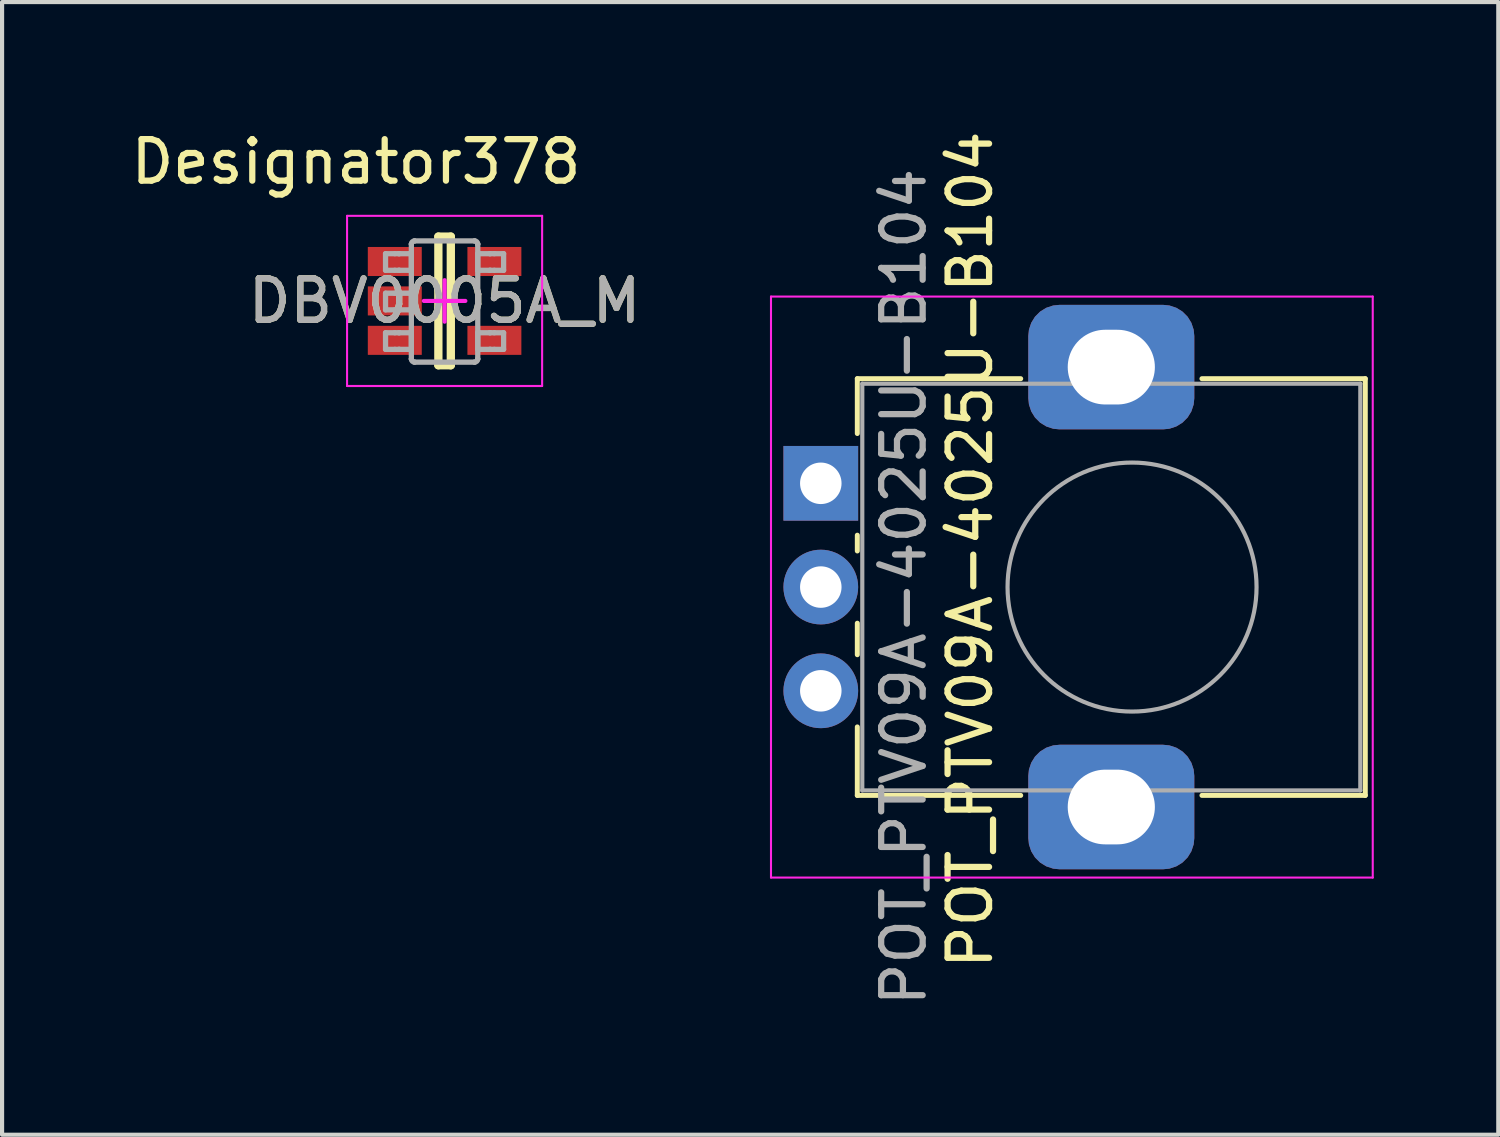
<source format=kicad_pcb>
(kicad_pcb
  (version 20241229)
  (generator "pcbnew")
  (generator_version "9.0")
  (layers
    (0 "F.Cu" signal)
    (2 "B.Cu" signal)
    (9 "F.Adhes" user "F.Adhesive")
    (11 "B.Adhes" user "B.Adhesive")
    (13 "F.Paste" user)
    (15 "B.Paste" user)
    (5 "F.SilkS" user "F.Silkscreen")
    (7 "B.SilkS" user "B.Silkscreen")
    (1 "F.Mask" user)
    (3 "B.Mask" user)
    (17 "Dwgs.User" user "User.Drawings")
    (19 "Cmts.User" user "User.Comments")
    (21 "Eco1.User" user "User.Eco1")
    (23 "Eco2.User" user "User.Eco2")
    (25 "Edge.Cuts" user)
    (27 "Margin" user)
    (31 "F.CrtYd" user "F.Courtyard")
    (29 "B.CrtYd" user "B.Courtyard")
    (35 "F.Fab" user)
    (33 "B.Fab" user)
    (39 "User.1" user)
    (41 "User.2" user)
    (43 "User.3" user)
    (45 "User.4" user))
  (footprint "DBV0005A_M"
    (layer "F.Cu")
    (at 7.663 4.201)
    (property "Reference" "DBV0005A_M" (at 0 0 0) (unlocked yes) (layer "F.SilkS") (effects (font (size 1 1) (thickness 0.15))))
    (attr smd)
    (fp_line (start -0.15 -1.55) (end 0.15 -1.55) (stroke (width 0.2) (type solid)) (layer "F.SilkS"))
    (fp_line (start -0.15 1.55) (end -0.15 -1.55) (stroke (width 0.2) (type solid)) (layer "F.SilkS"))
    (fp_line (start -0.15 1.55) (end 0.15 1.55) (stroke (width 0.2) (type solid)) (layer "F.SilkS"))
    (fp_line (start 0.15 1.55) (end 0.15 -1.55) (stroke (width 0.2) (type solid)) (layer "F.SilkS"))
    (fp_line (start -2.35 -2.05) (end 2.35 -2.05) (stroke (width 0.05) (type solid)) (layer "F.CrtYd"))
    (fp_line (start -2.35 2.05) (end -2.35 -2.05) (stroke (width 0.05) (type solid)) (layer "F.CrtYd"))
    (fp_line (start -2.35 2.05) (end 2.35 2.05) (stroke (width 0.05) (type solid)) (layer "F.CrtYd"))
    (fp_line (start -0.5 0) (end 0.5 0) (stroke (width 0.1) (type solid)) (layer "F.CrtYd"))
    (fp_line (start 0 0.5) (end 0 -0.5) (stroke (width 0.1) (type solid)) (layer "F.CrtYd"))
    (fp_line (start 2.35 2.05) (end 2.35 -2.05) (stroke (width 0.05) (type solid)) (layer "F.CrtYd"))
    (fp_line (start -1.423 -1.138) (end -1.199 -1.138) (stroke (width 0.127) (type solid)) (layer "F.Fab"))
    (fp_line (start -1.423 -0.738) (end -1.423 -1.138) (stroke (width 0.127) (type solid)) (layer "F.Fab"))
    (fp_line (start -1.423 -0.738) (end -1.199 -0.738) (stroke (width 0.127) (type solid)) (layer "F.Fab"))
    (fp_line (start -1.423 -0.186) (end -1.199 -0.186) (stroke (width 0.127) (type solid)) (layer "F.Fab"))
    (fp_line (start -1.423 0.215) (end -1.423 -0.186) (stroke (width 0.127) (type solid)) (layer "F.Fab"))
    (fp_line (start -1.423 0.215) (end -1.199 0.215) (stroke (width 0.127) (type solid)) (layer "F.Fab"))
    (fp_line (start -1.423 0.767) (end -1.199 0.767) (stroke (width 0.127) (type solid)) (layer "F.Fab"))
    (fp_line (start -1.423 1.167) (end -1.423 0.767) (stroke (width 0.127) (type solid)) (layer "F.Fab"))
    (fp_line (start -1.423 1.167) (end -1.199 1.167) (stroke (width 0.127) (type solid)) (layer "F.Fab"))
    (fp_line (start -1.199 -1.138) (end -1.105 -1.138) (stroke (width 0.127) (type solid)) (layer "F.Fab"))
    (fp_line (start -1.199 -0.738) (end -1.105 -0.738) (stroke (width 0.127) (type solid)) (layer "F.Fab"))
    (fp_line (start -1.199 -0.186) (end -1.105 -0.186) (stroke (width 0.127) (type solid)) (layer "F.Fab"))
    (fp_line (start -1.199 0.215) (end -1.105 0.215) (stroke (width 0.127) (type solid)) (layer "F.Fab"))
    (fp_line (start -1.199 0.767) (end -1.105 0.767) (stroke (width 0.127) (type solid)) (layer "F.Fab"))
    (fp_line (start -1.199 1.167) (end -1.105 1.167) (stroke (width 0.127) (type solid)) (layer "F.Fab"))
    (fp_line (start -1.105 -1.138) (end -1.088 -1.138) (stroke (width 0.127) (type solid)) (layer "F.Fab"))
    (fp_line (start -1.105 -0.738) (end -1.088 -0.738) (stroke (width 0.127) (type solid)) (layer "F.Fab"))
    (fp_line (start -1.105 -0.186) (end -1.088 -0.186) (stroke (width 0.127) (type solid)) (layer "F.Fab"))
    (fp_line (start -1.105 0.215) (end -1.088 0.215) (stroke (width 0.127) (type solid)) (layer "F.Fab"))
    (fp_line (start -1.105 0.767) (end -1.088 0.767) (stroke (width 0.127) (type solid)) (layer "F.Fab"))
    (fp_line (start -1.105 1.167) (end -1.088 1.167) (stroke (width 0.127) (type solid)) (layer "F.Fab"))
    (fp_line (start -1.088 -1.138) (end -0.835 -1.138) (stroke (width 0.127) (type solid)) (layer "F.Fab"))
    (fp_line (start -1.088 -0.738) (end -0.835 -0.738) (stroke (width 0.127) (type solid)) (layer "F.Fab"))
    (fp_line (start -1.088 -0.186) (end -0.835 -0.186) (stroke (width 0.127) (type solid)) (layer "F.Fab"))
    (fp_line (start -1.088 0.215) (end -0.835 0.215) (stroke (width 0.127) (type solid)) (layer "F.Fab"))
    (fp_line (start -1.088 0.767) (end -0.835 0.767) (stroke (width 0.127) (type solid)) (layer "F.Fab"))
    (fp_line (start -1.088 1.167) (end -0.835 1.167) (stroke (width 0.127) (type solid)) (layer "F.Fab"))
    (fp_line (start -0.835 -1.138) (end -0.801 -1.138) (stroke (width 0.127) (type solid)) (layer "F.Fab"))
    (fp_line (start -0.835 -0.738) (end -0.801 -0.738) (stroke (width 0.127) (type solid)) (layer "F.Fab"))
    (fp_line (start -0.835 -0.186) (end -0.801 -0.186) (stroke (width 0.127) (type solid)) (layer "F.Fab"))
    (fp_line (start -0.835 0.215) (end -0.801 0.215) (stroke (width 0.127) (type solid)) (layer "F.Fab"))
    (fp_line (start -0.835 0.767) (end -0.801 0.767) (stroke (width 0.127) (type solid)) (layer "F.Fab"))
    (fp_line (start -0.835 1.167) (end -0.801 1.167) (stroke (width 0.127) (type solid)) (layer "F.Fab"))
    (fp_line (start -0.801 -1.37) (end -0.801 -1.371) (stroke (width 0.127) (type solid)) (layer "F.Fab"))
    (fp_line (start -0.801 -0.738) (end -0.801 -1.138) (stroke (width 0.127) (type solid)) (layer "F.Fab"))
    (fp_line (start -0.801 0.215) (end -0.801 -0.186) (stroke (width 0.127) (type solid)) (layer "F.Fab"))
    (fp_line (start -0.801 1.167) (end -0.801 0.767) (stroke (width 0.127) (type solid)) (layer "F.Fab"))
    (fp_line (start -0.801 1.399) (end -0.801 -1.37) (stroke (width 0.127) (type solid)) (layer "F.Fab"))
    (fp_line (start -0.801 1.4) (end -0.801 1.399) (stroke (width 0.127) (type solid)) (layer "F.Fab"))
    (fp_line (start -0.725 -1.446) (end -0.725 -1.446) (stroke (width 0.127) (type solid)) (layer "F.Fab"))
    (fp_line (start -0.725 1.475) (end -0.725 1.475) (stroke (width 0.127) (type solid)) (layer "F.Fab"))
    (fp_line (start -0.725 -1.446) (end 0.723 -1.446) (stroke (width 0.127) (type solid)) (layer "F.Fab"))
    (fp_line (start -0.725 1.475) (end 0.723 1.475) (stroke (width 0.127) (type solid)) (layer "F.Fab"))
    (fp_line (start 0.723 -1.446) (end 0.724 -1.446) (stroke (width 0.127) (type solid)) (layer "F.Fab"))
    (fp_line (start 0.723 1.475) (end 0.724 1.475) (stroke (width 0.127) (type solid)) (layer "F.Fab"))
    (fp_line (start 0.799 -1.37) (end 0.799 -1.371) (stroke (width 0.127) (type solid)) (layer "F.Fab"))
    (fp_line (start 0.799 -1.138) (end 0.834 -1.138) (stroke (width 0.127) (type solid)) (layer "F.Fab"))
    (fp_line (start 0.799 -0.738) (end 0.799 -1.138) (stroke (width 0.127) (type solid)) (layer "F.Fab"))
    (fp_line (start 0.799 -0.738) (end 0.834 -0.738) (stroke (width 0.127) (type solid)) (layer "F.Fab"))
    (fp_line (start 0.799 0.767) (end 0.834 0.767) (stroke (width 0.127) (type solid)) (layer "F.Fab"))
    (fp_line (start 0.799 1.167) (end 0.799 0.767) (stroke (width 0.127) (type solid)) (layer "F.Fab"))
    (fp_line (start 0.799 1.167) (end 0.834 1.167) (stroke (width 0.127) (type solid)) (layer "F.Fab"))
    (fp_line (start 0.799 1.399) (end 0.799 -1.37) (stroke (width 0.127) (type solid)) (layer "F.Fab"))
    (fp_line (start 0.799 1.4) (end 0.799 1.399) (stroke (width 0.127) (type solid)) (layer "F.Fab"))
    (fp_line (start 0.834 -1.138) (end 1.087 -1.138) (stroke (width 0.127) (type solid)) (layer "F.Fab"))
    (fp_line (start 0.834 -0.738) (end 1.087 -0.738) (stroke (width 0.127) (type solid)) (layer "F.Fab"))
    (fp_line (start 0.834 0.767) (end 1.087 0.767) (stroke (width 0.127) (type solid)) (layer "F.Fab"))
    (fp_line (start 0.834 1.167) (end 1.087 1.167) (stroke (width 0.127) (type solid)) (layer "F.Fab"))
    (fp_line (start 1.087 -1.138) (end 1.103 -1.138) (stroke (width 0.127) (type solid)) (layer "F.Fab"))
    (fp_line (start 1.087 -0.738) (end 1.103 -0.738) (stroke (width 0.127) (type solid)) (layer "F.Fab"))
    (fp_line (start 1.087 0.767) (end 1.103 0.767) (stroke (width 0.127) (type solid)) (layer "F.Fab"))
    (fp_line (start 1.087 1.167) (end 1.103 1.167) (stroke (width 0.127) (type solid)) (layer "F.Fab"))
    (fp_line (start 1.103 -1.138) (end 1.198 -1.138) (stroke (width 0.127) (type solid)) (layer "F.Fab"))
    (fp_line (start 1.103 -0.738) (end 1.198 -0.738) (stroke (width 0.127) (type solid)) (layer "F.Fab"))
    (fp_line (start 1.103 0.767) (end 1.198 0.767) (stroke (width 0.127) (type solid)) (layer "F.Fab"))
    (fp_line (start 1.103 1.167) (end 1.198 1.167) (stroke (width 0.127) (type solid)) (layer "F.Fab"))
    (fp_line (start 1.198 -1.138) (end 1.422 -1.138) (stroke (width 0.127) (type solid)) (layer "F.Fab"))
    (fp_line (start 1.198 -0.738) (end 1.422 -0.738) (stroke (width 0.127) (type solid)) (layer "F.Fab"))
    (fp_line (start 1.198 0.767) (end 1.422 0.767) (stroke (width 0.127) (type solid)) (layer "F.Fab"))
    (fp_line (start 1.198 1.167) (end 1.422 1.167) (stroke (width 0.127) (type solid)) (layer "F.Fab"))
    (fp_line (start 1.422 -0.738) (end 1.422 -1.138) (stroke (width 0.127) (type solid)) (layer "F.Fab"))
    (fp_line (start 1.422 1.167) (end 1.422 0.767) (stroke (width 0.127) (type solid)) (layer "F.Fab"))
    (fp_arc (start -0.80074 -1.37084) (mid -0.778218 -1.423887) (end -0.724999 -1.445998) (stroke (width 0.127) (type solid)) (layer "F.Fab"))
    (fp_arc (start -0.724999 1.475) (mid -0.778213 1.452901) (end -0.80074 1.399867) (stroke (width 0.127) (type solid)) (layer "F.Fab"))
    (fp_arc (start 0.723714 -1.445998) (mid 0.776933 -1.423887) (end 0.799455 -1.37084) (stroke (width 0.127) (type solid)) (layer "F.Fab"))
    (fp_arc (start 0.799455 1.399868) (mid 0.776927 1.452901) (end 0.723713 1.475) (stroke (width 0.127) (type solid)) (layer "F.Fab"))
    (fp_text user "Designator378" (at -2.134 -3.353 0) (unlocked yes) (layer "F.SilkS") (effects (font (size 1 1) (thickness 0.15))))
    (fp_text user "${REFERENCE}" (at 0 0 0) (unlocked yes) (layer "F.Fab") (effects (font (size 1 1) (thickness 0.15))))
    (pad "1" smd rect (at -1.2 -0.95 90) (size 0.7 1.3) (layers "F.Cu" "F.Mask" "F.Paste"))
    (pad "2" smd rect (at -1.2 0 90) (size 0.7 1.3) (layers "F.Cu" "F.Mask" "F.Paste"))
    (pad "3" smd rect (at -1.2 0.95 90) (size 0.7 1.3) (layers "F.Cu" "F.Mask" "F.Paste"))
    (pad "4" smd rect (at 1.2 0.95 90) (size 0.7 1.3) (layers "F.Cu" "F.Mask" "F.Paste"))
    (pad "5" smd rect (at 1.2 -0.95 90) (size 0.7 1.3) (layers "F.Cu" "F.Mask" "F.Paste")))
  (footprint "POT_PTV09A-4025U-B104"
    (layer "F.Cu")
    (at 16.728 8.596)
    (property "Reference" "POT_PTV09A-4025U-B104" (at 3.6 1.6 90) (layer "F.SilkS") (effects (font (size 1 1) (thickness 0.15))))
    (attr through_hole)
    (fp_line (start 0.88 -2.521) (end 0.88 -1.2) (stroke (width 0.12) (type solid)) (layer "F.SilkS"))
    (fp_line (start 0.88 -2.521) (end 4.817 -2.521) (stroke (width 0.12) (type solid)) (layer "F.SilkS"))
    (fp_line (start 0.88 1.25) (end 0.88 1.63) (stroke (width 0.12) (type solid)) (layer "F.SilkS"))
    (fp_line (start 0.88 3.371) (end 0.88 4.13) (stroke (width 0.12) (type solid)) (layer "F.SilkS"))
    (fp_line (start 0.88 5.87) (end 0.88 7.52) (stroke (width 0.12) (type solid)) (layer "F.SilkS"))
    (fp_line (start 0.88 7.52) (end 4.817 7.52) (stroke (width 0.12) (type solid)) (layer "F.SilkS"))
    (fp_line (start 9.184 -2.521) (end 13.12 -2.521) (stroke (width 0.12) (type solid)) (layer "F.SilkS"))
    (fp_line (start 9.184 7.52) (end 13.12 7.52) (stroke (width 0.12) (type solid)) (layer "F.SilkS"))
    (fp_line (start 13.12 -2.521) (end 13.12 7.52) (stroke (width 0.12) (type solid)) (layer "F.SilkS"))
    (fp_line (start -1.2 -4.5) (end -1.2 9.5) (stroke (width 0.05) (type solid)) (layer "F.CrtYd"))
    (fp_line (start -1.2 9.5) (end 13.3 9.5) (stroke (width 0.05) (type solid)) (layer "F.CrtYd"))
    (fp_line (start 13.3 -4.5) (end -1.2 -4.5) (stroke (width 0.05) (type solid)) (layer "F.CrtYd"))
    (fp_line (start 13.3 9.5) (end 13.3 -4.5) (stroke (width 0.05) (type solid)) (layer "F.CrtYd"))
    (fp_line (start 1 -2.4) (end 1 7.4) (stroke (width 0.1) (type solid)) (layer "F.Fab"))
    (fp_line (start 1 7.4) (end 13 7.4) (stroke (width 0.1) (type solid)) (layer "F.Fab"))
    (fp_line (start 13 -2.4) (end 1 -2.4) (stroke (width 0.1) (type solid)) (layer "F.Fab"))
    (fp_line (start 13 7.4) (end 13 -2.4) (stroke (width 0.1) (type solid)) (layer "F.Fab"))
    (fp_circle (center 7.5 2.5) (end 10.5 2.5) (stroke (width 0.1) (type solid)) (fill no) (layer "F.Fab"))
    (fp_text user "${REFERENCE}" (at 2 2.5 90) (layer "F.Fab") (effects (font (size 1 1) (thickness 0.15))))
    (pad "1" thru_hole rect (at 0 0) (size 1.8 1.8) (drill 1) (layers "*.Cu" "*.Mask"))
    (pad "2" thru_hole circle (at 0 2.5) (size 1.8 1.8) (drill 1) (layers "*.Cu" "*.Mask"))
    (pad "3" thru_hole circle (at 0 5) (size 1.8 1.8) (drill 1) (layers "*.Cu" "*.Mask"))
    (pad "MP" thru_hole roundrect (at 7 -2.8) (size 4 3) (drill oval 2.1 1.8) (layers "*.Cu" "*.Mask") (roundrect_rratio 0.25))
    (pad "MP" thru_hole roundrect (at 7 7.8) (size 4 3) (drill oval 2.1 1.8) (layers "*.Cu" "*.Mask") (roundrect_rratio 0.25)))
  (gr_rect
    (start -3 -3)
    (end 33.053 24.293)
    (stroke (width 0.1) (type default))
    (fill no)
    (layer "Edge.Cuts")))
</source>
